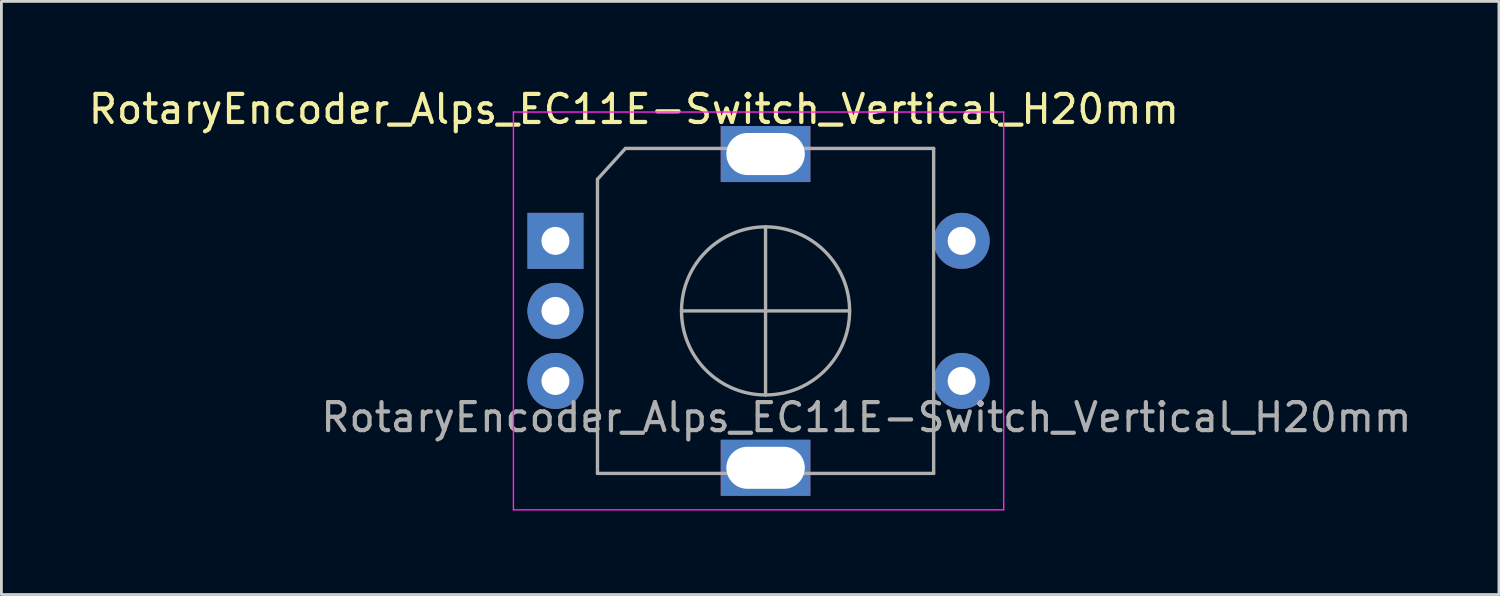
<source format=kicad_pcb>
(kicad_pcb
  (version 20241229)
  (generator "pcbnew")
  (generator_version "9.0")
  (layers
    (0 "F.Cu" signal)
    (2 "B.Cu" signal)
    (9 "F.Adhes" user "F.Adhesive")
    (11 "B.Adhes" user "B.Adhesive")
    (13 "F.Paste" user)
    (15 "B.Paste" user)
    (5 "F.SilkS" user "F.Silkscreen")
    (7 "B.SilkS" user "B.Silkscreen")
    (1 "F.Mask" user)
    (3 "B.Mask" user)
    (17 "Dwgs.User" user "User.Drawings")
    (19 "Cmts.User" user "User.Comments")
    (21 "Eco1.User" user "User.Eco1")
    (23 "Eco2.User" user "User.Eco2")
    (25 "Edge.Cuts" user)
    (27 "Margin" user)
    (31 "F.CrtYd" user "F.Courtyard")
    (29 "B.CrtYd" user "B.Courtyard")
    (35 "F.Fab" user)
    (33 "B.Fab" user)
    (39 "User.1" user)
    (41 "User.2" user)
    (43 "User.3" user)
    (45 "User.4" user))
  (footprint "RotaryEncoder_Alps_EC11E-Switch_Vertical_H20mm"
    (layer "F.Cu")
    (at 16.777 5.548)
    (property "Reference" "RotaryEncoder_Alps_EC11E-Switch_Vertical_H20mm" (at 2.8 -4.7 0) (layer "F.SilkS") (effects (font (size 1 1) (thickness 0.15))))
    (attr through_hole)
    (fp_line (start -1.5 -4.6) (end -1.5 9.6) (stroke (width 0.05) (type solid)) (layer "F.CrtYd"))
    (fp_line (start -1.5 -4.6) (end 16 -4.6) (stroke (width 0.05) (type solid)) (layer "F.CrtYd"))
    (fp_line (start 16 9.6) (end -1.5 9.6) (stroke (width 0.05) (type solid)) (layer "F.CrtYd"))
    (fp_line (start 16 9.6) (end 16 -4.6) (stroke (width 0.05) (type solid)) (layer "F.CrtYd"))
    (fp_line (start 1.5 -2.2) (end 2.5 -3.3) (stroke (width 0.12) (type solid)) (layer "F.Fab"))
    (fp_line (start 1.5 8.3) (end 1.5 -2.2) (stroke (width 0.12) (type solid)) (layer "F.Fab"))
    (fp_line (start 2.5 -3.3) (end 13.5 -3.3) (stroke (width 0.12) (type solid)) (layer "F.Fab"))
    (fp_line (start 4.5 2.5) (end 10.5 2.5) (stroke (width 0.12) (type solid)) (layer "F.Fab"))
    (fp_line (start 7.5 -0.5) (end 7.5 5.5) (stroke (width 0.12) (type solid)) (layer "F.Fab"))
    (fp_line (start 13.5 -3.3) (end 13.5 8.3) (stroke (width 0.12) (type solid)) (layer "F.Fab"))
    (fp_line (start 13.5 8.3) (end 1.5 8.3) (stroke (width 0.12) (type solid)) (layer "F.Fab"))
    (fp_circle (center 7.5 2.5) (end 10.5 2.5) (stroke (width 0.12) (type solid)) (fill no) (layer "F.Fab"))
    (fp_text user "${REFERENCE}" (at 11.1 6.3 0) (layer "F.Fab") (effects (font (size 1 1) (thickness 0.15))))
    (pad "A" thru_hole rect (at 0 0) (size 2 2) (drill 1) (layers "*.Cu" "*.Mask"))
    (pad "B" thru_hole circle (at 0 5) (size 2 2) (drill 1) (layers "*.Cu" "*.Mask"))
    (pad "C" thru_hole circle (at 0 2.5) (size 2 2) (drill 1) (layers "*.Cu" "*.Mask"))
    (pad "MP" thru_hole rect (at 7.5 -3.1) (size 3.2 2) (drill oval 2.8 1.5) (layers "*.Cu" "*.Mask"))
    (pad "MP" thru_hole rect (at 7.5 8.1) (size 3.2 2) (drill oval 2.8 1.5) (layers "*.Cu" "*.Mask"))
    (pad "S1" thru_hole circle (at 14.5 5) (size 2 2) (drill 1) (layers "*.Cu" "*.Mask"))
    (pad "S2" thru_hole circle (at 14.5 0) (size 2 2) (drill 1) (layers "*.Cu" "*.Mask")))
  (gr_rect
    (start -3 -3)
    (end 50.455 18.173)
    (stroke (width 0.1) (type default))
    (fill no)
    (layer "Edge.Cuts")))
</source>
